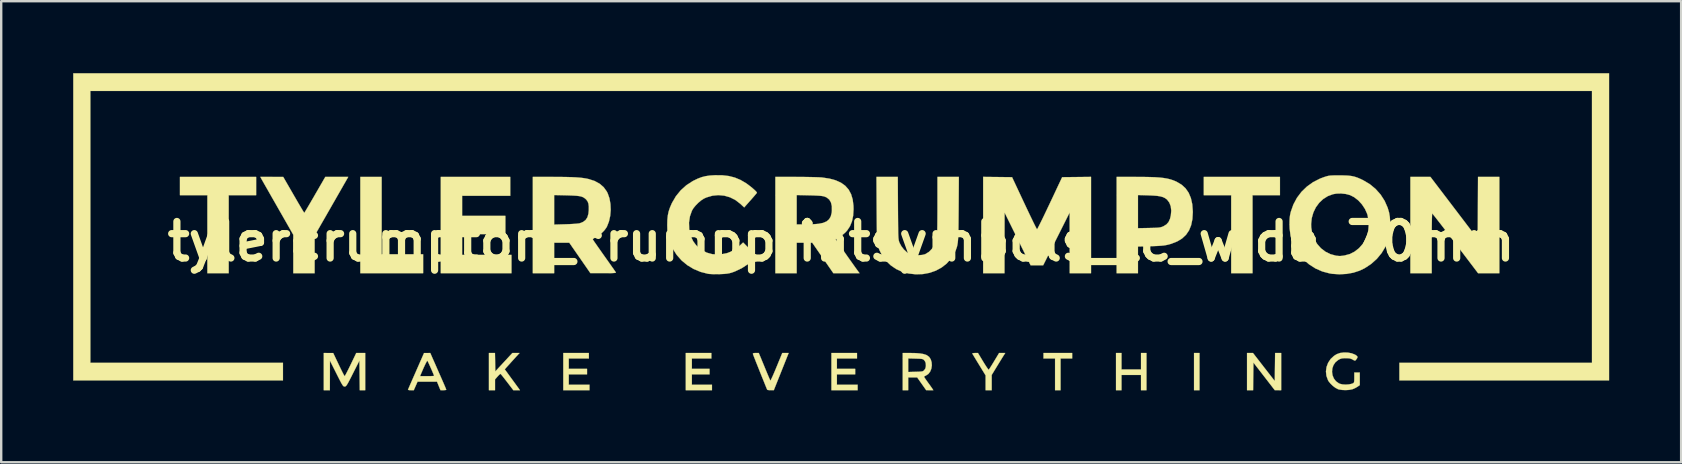
<source format=kicad_pcb>
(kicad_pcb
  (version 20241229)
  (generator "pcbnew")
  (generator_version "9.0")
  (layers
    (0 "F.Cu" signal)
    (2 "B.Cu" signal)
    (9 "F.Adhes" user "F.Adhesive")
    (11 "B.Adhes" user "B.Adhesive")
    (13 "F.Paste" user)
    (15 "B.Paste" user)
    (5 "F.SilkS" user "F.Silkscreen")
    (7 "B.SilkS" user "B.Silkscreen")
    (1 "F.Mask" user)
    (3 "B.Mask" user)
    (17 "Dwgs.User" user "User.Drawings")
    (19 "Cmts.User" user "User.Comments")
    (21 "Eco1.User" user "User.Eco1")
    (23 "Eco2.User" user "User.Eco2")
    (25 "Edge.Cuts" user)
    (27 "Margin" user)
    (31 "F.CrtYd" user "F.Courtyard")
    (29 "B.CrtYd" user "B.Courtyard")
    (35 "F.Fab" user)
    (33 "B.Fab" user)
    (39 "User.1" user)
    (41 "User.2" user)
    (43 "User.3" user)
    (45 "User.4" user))
  (footprint "tylercrumpton_crumpprintsymbols_tc_wide_70mm"
    (layer "F.Cu")
    (at 32.009 7.015)
    (property "Reference" "tylercrumpton_crumpprintsymbols_tc_wide_70mm" (at 0 0 0) (layer "F.SilkS") (effects (font (size 1.524 1.524) (thickness 0.3))))
    (attr through_hole)
    (fp_poly (pts (xy 14.935 6.198) (xy 14.707 6.198) (xy 14.707 4.648) (xy 14.935 4.648) (xy 14.935 6.198)) (stroke (width 0.01) (type solid)) (fill yes) (layer "F.SilkS"))
    (fp_poly (pts (xy -19.152 0.533) (xy -17.424 0.533) (xy -17.424 1.321) (xy -20.041 1.321) (xy -20.041 -2.692) (xy -19.152 -2.692) (xy -19.152 0.533)) (stroke (width 0.01) (type solid)) (fill yes) (layer "F.SilkS"))
    (fp_poly (pts (xy -24.384 -1.93) (xy -25.527 -1.93) (xy -25.527 1.321) (xy -26.416 1.321) (xy -26.416 -1.93) (xy -27.559 -1.93) (xy -27.559 -2.692) (xy -24.384 -2.692) (xy -24.384 -1.93)) (stroke (width 0.01) (type solid)) (fill yes) (layer "F.SilkS"))
    (fp_poly (pts (xy 9.627 4.877) (xy 9.144 4.877) (xy 9.144 6.198) (xy 8.915 6.198) (xy 8.915 4.877) (xy 8.433 4.877) (xy 8.433 4.648) (xy 9.627 4.648) (xy 9.627 4.877)) (stroke (width 0.01) (type solid)) (fill yes) (layer "F.SilkS"))
    (fp_poly (pts (xy 18.288 -1.93) (xy 17.145 -1.93) (xy 17.145 1.321) (xy 16.256 1.321) (xy 16.256 -1.93) (xy 15.113 -1.93) (xy 15.113 -2.692) (xy 18.288 -2.692) (xy 18.288 -1.93)) (stroke (width 0.01) (type solid)) (fill yes) (layer "F.SilkS"))
    (fp_poly (pts (xy -13.792 -1.905) (xy -15.799 -1.905) (xy -15.799 -1.067) (xy -13.995 -1.067) (xy -13.995 -0.305) (xy -15.799 -0.305) (xy -15.799 0.559) (xy -13.741 0.559) (xy -13.741 1.321) (xy -16.688 1.321) (xy -16.688 -2.692) (xy -13.792 -2.692) (xy -13.792 -1.905)) (stroke (width 0.01) (type solid)) (fill yes) (layer "F.SilkS"))
    (fp_poly (pts (xy -10.516 4.877) (xy -11.354 4.877) (xy -11.354 5.309) (xy -10.592 5.309) (xy -10.592 5.537) (xy -11.354 5.537) (xy -11.354 5.969) (xy -10.49 5.969) (xy -10.49 6.198) (xy -11.582 6.198) (xy -11.582 4.648) (xy -10.516 4.648) (xy -10.516 4.877)) (stroke (width 0.01) (type solid)) (fill yes) (layer "F.SilkS"))
    (fp_poly (pts (xy -5.41 4.877) (xy -6.223 4.877) (xy -6.223 5.309) (xy -5.486 5.309) (xy -5.486 5.537) (xy -6.223 5.537) (xy -6.223 5.969) (xy -5.385 5.969) (xy -5.385 6.198) (xy -6.477 6.198) (xy -6.477 4.648) (xy -5.41 4.648) (xy -5.41 4.877)) (stroke (width 0.01) (type solid)) (fill yes) (layer "F.SilkS"))
    (fp_poly (pts (xy 0.66 4.877) (xy -0.178 4.877) (xy -0.178 5.309) (xy 0.584 5.309) (xy 0.584 5.537) (xy -0.178 5.537) (xy -0.178 5.969) (xy 0.686 5.969) (xy 0.686 6.198) (xy -0.406 6.198) (xy -0.406 4.648) (xy 0.66 4.648) (xy 0.66 4.877)) (stroke (width 0.01) (type solid)) (fill yes) (layer "F.SilkS"))
    (fp_poly (pts (xy 11.684 5.334) (xy 12.497 5.334) (xy 12.497 4.648) (xy 12.725 4.648) (xy 12.725 6.198) (xy 12.497 6.198) (xy 12.497 5.563) (xy 11.684 5.563) (xy 11.684 6.198) (xy 11.455 6.198) (xy 11.455 4.648) (xy 11.684 4.648) (xy 11.684 5.334)) (stroke (width 0.01) (type solid)) (fill yes) (layer "F.SilkS"))
    (fp_poly (pts (xy 32.004 5.791) (xy 23.266 5.791) (xy 23.266 5.055) (xy 31.293 5.055) (xy 31.293 -6.274) (xy -31.293 -6.274) (xy -31.293 5.055) (xy -23.266 5.055) (xy -23.266 5.791) (xy -32.004 5.791) (xy -32.004 -7.01) (xy 32.004 -7.01) (xy 32.004 5.791)) (stroke (width 0.01) (type solid)) (fill yes) (layer "F.SilkS"))
    (fp_poly (pts (xy 17.618 5.233) (xy 18.072 5.817) (xy 18.086 4.648) (xy 18.339 4.648) (xy 18.339 6.198) (xy 18.205 6.197) (xy 18.072 6.197) (xy 17.183 5.047) (xy 17.176 5.622) (xy 17.169 6.198) (xy 16.916 6.198) (xy 16.916 4.648) (xy 17.164 4.648) (xy 17.618 5.233)) (stroke (width 0.01) (type solid)) (fill yes) (layer "F.SilkS"))
    (fp_poly (pts (xy -14.422 5.031) (xy -14.415 5.415) (xy -14.059 5.031) (xy -13.704 4.648) (xy -13.406 4.648) (xy -13.593 4.853) (xy -13.686 4.955) (xy -13.781 5.06) (xy -13.865 5.153) (xy -13.9 5.192) (xy -14.021 5.328) (xy -13.704 5.763) (xy -13.387 6.198) (xy -13.664 6.198) (xy -13.921 5.861) (xy -14.008 5.749) (xy -14.084 5.651) (xy -14.145 5.576) (xy -14.185 5.529) (xy -14.198 5.517) (xy -14.224 5.531) (xy -14.271 5.574) (xy -14.322 5.629) (xy -14.427 5.748) (xy -14.427 6.198) (xy -14.681 6.198) (xy -14.681 4.648) (xy -14.429 4.648) (xy -14.422 5.031)) (stroke (width 0.01) (type solid)) (fill yes) (layer "F.SilkS"))
    (fp_poly (pts (xy 10.414 1.321) (xy 9.525 1.321) (xy 9.524 0.057) (xy 9.522 -1.206) (xy 8.42 0.991) (xy 7.896 0.991) (xy 6.811 -1.206) (xy 6.807 1.321) (xy 5.918 1.321) (xy 5.918 -2.693) (xy 6.521 -2.687) (xy 7.123 -2.68) (xy 7.632 -1.595) (xy 7.735 -1.376) (xy 7.832 -1.172) (xy 7.921 -0.987) (xy 7.999 -0.825) (xy 8.064 -0.692) (xy 8.115 -0.592) (xy 8.149 -0.529) (xy 8.163 -0.507) (xy 8.178 -0.529) (xy 8.212 -0.592) (xy 8.263 -0.693) (xy 8.33 -0.826) (xy 8.409 -0.987) (xy 8.498 -1.172) (xy 8.595 -1.376) (xy 8.698 -1.592) (xy 9.21 -2.68) (xy 10.414 -2.693) (xy 10.414 1.321)) (stroke (width 0.01) (type solid)) (fill yes) (layer "F.SilkS"))
    (fp_poly (pts (xy 27.432 -2.692) (xy 27.432 1.321) (xy 26.545 1.321) (xy 25.6 0.076) (xy 25.432 -0.144) (xy 25.273 -0.352) (xy 25.126 -0.544) (xy 24.993 -0.717) (xy 24.876 -0.867) (xy 24.78 -0.99) (xy 24.705 -1.084) (xy 24.656 -1.144) (xy 24.634 -1.168) (xy 24.634 -1.168) (xy 24.629 -1.144) (xy 24.626 -1.073) (xy 24.622 -0.962) (xy 24.619 -0.814) (xy 24.616 -0.635) (xy 24.614 -0.429) (xy 24.613 -0.202) (xy 24.613 0.043) (xy 24.613 0.076) (xy 24.613 1.321) (xy 23.724 1.321) (xy 23.724 -2.692) (xy 24.56 -2.692) (xy 25.545 -1.399) (xy 26.53 -0.105) (xy 26.537 -1.399) (xy 26.543 -2.692) (xy 26.988 -2.692) (xy 27.432 -2.692)) (stroke (width 0.01) (type solid)) (fill yes) (layer "F.SilkS"))
    (fp_poly (pts (xy 6.799 4.709) (xy 6.773 4.75) (xy 6.725 4.826) (xy 6.662 4.929) (xy 6.587 5.05) (xy 6.516 5.166) (xy 6.274 5.563) (xy 6.274 6.198) (xy 6.02 6.198) (xy 6.02 5.582) (xy 5.747 5.135) (xy 5.664 5) (xy 5.591 4.879) (xy 5.531 4.78) (xy 5.488 4.708) (xy 5.467 4.672) (xy 5.465 4.669) (xy 5.483 4.657) (xy 5.537 4.65) (xy 5.58 4.648) (xy 5.702 4.648) (xy 5.916 5.003) (xy 5.989 5.121) (xy 6.053 5.221) (xy 6.105 5.295) (xy 6.139 5.338) (xy 6.15 5.345) (xy 6.169 5.32) (xy 6.21 5.259) (xy 6.266 5.17) (xy 6.334 5.06) (xy 6.376 4.99) (xy 6.582 4.648) (xy 6.838 4.648) (xy 6.799 4.709)) (stroke (width 0.01) (type solid)) (fill yes) (layer "F.SilkS"))
    (fp_poly (pts (xy -23.731 -2.692) (xy -23.254 -2.691) (xy -22.822 -1.942) (xy -22.72 -1.766) (xy -22.626 -1.604) (xy -22.542 -1.462) (xy -22.473 -1.345) (xy -22.42 -1.259) (xy -22.387 -1.207) (xy -22.378 -1.195) (xy -22.362 -1.216) (xy -22.325 -1.276) (xy -22.268 -1.371) (xy -22.195 -1.494) (xy -22.109 -1.641) (xy -22.012 -1.807) (xy -21.933 -1.944) (xy -21.501 -2.692) (xy -20.545 -2.692) (xy -20.628 -2.546) (xy -20.657 -2.495) (xy -20.709 -2.405) (xy -20.78 -2.28) (xy -20.868 -2.127) (xy -20.97 -1.949) (xy -21.082 -1.753) (xy -21.203 -1.542) (xy -21.328 -1.323) (xy -21.946 -0.246) (xy -21.946 1.321) (xy -22.835 1.321) (xy -22.835 -0.28) (xy -23.491 -1.429) (xy -23.618 -1.652) (xy -23.739 -1.862) (xy -23.849 -2.057) (xy -23.948 -2.23) (xy -24.033 -2.378) (xy -24.1 -2.497) (xy -24.148 -2.582) (xy -24.174 -2.629) (xy -24.178 -2.635) (xy -24.208 -2.692) (xy -23.731 -2.692)) (stroke (width 0.01) (type solid)) (fill yes) (layer "F.SilkS"))
    (fp_poly (pts (xy -19.837 6.198) (xy -20.065 6.198) (xy -20.072 5.582) (xy -20.079 4.966) (xy -20.352 5.505) (xy -20.438 5.676) (xy -20.506 5.806) (xy -20.557 5.902) (xy -20.597 5.968) (xy -20.627 6.01) (xy -20.652 6.033) (xy -20.674 6.043) (xy -20.695 6.045) (xy -20.718 6.043) (xy -20.741 6.032) (xy -20.766 6.007) (xy -20.797 5.962) (xy -20.837 5.894) (xy -20.889 5.795) (xy -20.958 5.66) (xy -21.036 5.505) (xy -21.308 4.966) (xy -21.309 5.582) (xy -21.311 6.198) (xy -21.565 6.198) (xy -21.565 4.648) (xy -21.368 4.649) (xy -21.171 4.649) (xy -20.942 5.131) (xy -20.873 5.274) (xy -20.811 5.401) (xy -20.759 5.503) (xy -20.72 5.576) (xy -20.698 5.611) (xy -20.695 5.613) (xy -20.678 5.591) (xy -20.644 5.53) (xy -20.595 5.437) (xy -20.535 5.318) (xy -20.466 5.179) (xy -20.443 5.131) (xy -20.211 4.648) (xy -19.837 4.648) (xy -19.837 6.198)) (stroke (width 0.01) (type solid)) (fill yes) (layer "F.SilkS"))
    (fp_poly (pts (xy -3.357 4.832) (xy -3.32 4.922) (xy -3.269 5.045) (xy -3.21 5.188) (xy -3.149 5.337) (xy -3.124 5.397) (xy -3.07 5.527) (xy -3.022 5.64) (xy -2.984 5.728) (xy -2.958 5.783) (xy -2.951 5.796) (xy -2.937 5.779) (xy -2.907 5.72) (xy -2.863 5.627) (xy -2.809 5.505) (xy -2.747 5.359) (xy -2.694 5.231) (xy -2.455 4.648) (xy -2.189 4.648) (xy -2.498 5.423) (xy -2.807 6.197) (xy -2.939 6.197) (xy -3.015 6.194) (xy -3.068 6.186) (xy -3.082 6.179) (xy -3.095 6.15) (xy -3.124 6.081) (xy -3.166 5.978) (xy -3.217 5.85) (xy -3.277 5.703) (xy -3.341 5.544) (xy -3.406 5.381) (xy -3.47 5.219) (xy -3.531 5.068) (xy -3.584 4.932) (xy -3.628 4.821) (xy -3.659 4.74) (xy -3.675 4.696) (xy -3.677 4.693) (xy -3.677 4.666) (xy -3.652 4.653) (xy -3.59 4.648) (xy -3.561 4.648) (xy -3.434 4.648) (xy -3.357 4.832)) (stroke (width 0.01) (type solid)) (fill yes) (layer "F.SilkS"))
    (fp_poly (pts (xy 3.108 4.652) (xy 3.282 4.666) (xy 3.421 4.689) (xy 3.533 4.723) (xy 3.57 4.74) (xy 3.667 4.811) (xy 3.733 4.913) (xy 3.77 5.035) (xy 3.779 5.167) (xy 3.759 5.299) (xy 3.711 5.419) (xy 3.636 5.519) (xy 3.533 5.587) (xy 3.531 5.588) (xy 3.479 5.614) (xy 3.455 5.636) (xy 3.454 5.637) (xy 3.469 5.664) (xy 3.507 5.722) (xy 3.562 5.801) (xy 3.603 5.859) (xy 3.673 5.954) (xy 3.735 6.041) (xy 3.782 6.108) (xy 3.797 6.13) (xy 3.841 6.198) (xy 3.543 6.197) (xy 3.355 5.93) (xy 3.167 5.664) (xy 2.794 5.664) (xy 2.794 6.198) (xy 2.565 6.198) (xy 2.565 5.44) (xy 2.794 5.44) (xy 3.101 5.431) (xy 3.231 5.427) (xy 3.32 5.422) (xy 3.378 5.414) (xy 3.417 5.4) (xy 3.445 5.379) (xy 3.469 5.352) (xy 3.512 5.285) (xy 3.529 5.203) (xy 3.531 5.156) (xy 3.522 5.06) (xy 3.491 4.989) (xy 3.469 4.961) (xy 3.442 4.931) (xy 3.413 4.91) (xy 3.372 4.897) (xy 3.311 4.889) (xy 3.217 4.885) (xy 3.101 4.881) (xy 2.794 4.873) (xy 2.794 5.44) (xy 2.565 5.44) (xy 2.565 4.648) (xy 2.892 4.648) (xy 3.108 4.652)) (stroke (width 0.01) (type solid)) (fill yes) (layer "F.SilkS"))
    (fp_poly (pts (xy -17.017 4.896) (xy -16.972 4.997) (xy -16.912 5.132) (xy -16.843 5.291) (xy -16.768 5.461) (xy -16.693 5.63) (xy -16.684 5.651) (xy -16.618 5.801) (xy -16.56 5.934) (xy -16.512 6.045) (xy -16.478 6.127) (xy -16.461 6.172) (xy -16.459 6.178) (xy -16.482 6.19) (xy -16.54 6.196) (xy -16.58 6.198) (xy -16.701 6.197) (xy -16.846 5.842) (xy -17.656 5.842) (xy -17.734 6.02) (xy -17.813 6.198) (xy -17.938 6.198) (xy -18.008 6.194) (xy -18.05 6.184) (xy -18.055 6.176) (xy -18.043 6.149) (xy -18.013 6.08) (xy -17.968 5.976) (xy -17.91 5.843) (xy -17.841 5.686) (xy -17.809 5.613) (xy -17.552 5.613) (xy -17.26 5.613) (xy -17.145 5.612) (xy -17.051 5.609) (xy -16.988 5.605) (xy -16.967 5.599) (xy -16.977 5.569) (xy -17.003 5.504) (xy -17.041 5.414) (xy -17.086 5.311) (xy -17.133 5.205) (xy -17.177 5.108) (xy -17.214 5.029) (xy -17.238 4.981) (xy -17.244 4.971) (xy -17.262 4.985) (xy -17.296 5.042) (xy -17.345 5.14) (xy -17.407 5.273) (xy -17.479 5.44) (xy -17.518 5.531) (xy -17.552 5.613) (xy -17.809 5.613) (xy -17.764 5.511) (xy -17.716 5.402) (xy -17.386 4.649) (xy -17.256 4.649) (xy -17.125 4.648) (xy -17.017 4.896)) (stroke (width 0.01) (type solid)) (fill yes) (layer "F.SilkS"))
    (fp_poly (pts (xy 12.275 -2.692) (xy 12.586 -2.691) (xy 12.853 -2.686) (xy 13.081 -2.678) (xy 13.275 -2.665) (xy 13.441 -2.646) (xy 13.586 -2.622) (xy 13.714 -2.591) (xy 13.831 -2.553) (xy 13.944 -2.507) (xy 13.986 -2.487) (xy 14.189 -2.366) (xy 14.355 -2.214) (xy 14.484 -2.028) (xy 14.576 -1.808) (xy 14.633 -1.554) (xy 14.655 -1.263) (xy 14.656 -1.22) (xy 14.639 -0.932) (xy 14.587 -0.68) (xy 14.499 -0.463) (xy 14.374 -0.279) (xy 14.21 -0.126) (xy 14.005 -0.002) (xy 13.759 0.095) (xy 13.638 0.129) (xy 13.548 0.149) (xy 13.452 0.165) (xy 13.341 0.176) (xy 13.205 0.185) (xy 13.035 0.192) (xy 12.897 0.196) (xy 12.37 0.21) (xy 12.37 1.321) (xy 11.481 1.321) (xy 11.481 -0.554) (xy 12.37 -0.554) (xy 12.833 -0.563) (xy 13 -0.567) (xy 13.124 -0.571) (xy 13.216 -0.577) (xy 13.285 -0.586) (xy 13.34 -0.599) (xy 13.391 -0.617) (xy 13.44 -0.639) (xy 13.558 -0.713) (xy 13.645 -0.812) (xy 13.706 -0.946) (xy 13.741 -1.09) (xy 13.758 -1.287) (xy 13.737 -1.466) (xy 13.678 -1.62) (xy 13.585 -1.743) (xy 13.564 -1.761) (xy 13.492 -1.812) (xy 13.407 -1.852) (xy 13.301 -1.881) (xy 13.168 -1.902) (xy 12.999 -1.915) (xy 12.795 -1.924) (xy 12.37 -1.936) (xy 12.37 -0.554) (xy 11.481 -0.554) (xy 11.481 -2.692) (xy 12.275 -2.692)) (stroke (width 0.01) (type solid)) (fill yes) (layer "F.SilkS"))
    (fp_poly (pts (xy 21.121 4.631) (xy 21.281 4.662) (xy 21.418 4.716) (xy 21.474 4.753) (xy 21.513 4.79) (xy 21.521 4.827) (xy 21.497 4.877) (xy 21.454 4.935) (xy 21.429 4.961) (xy 21.401 4.964) (xy 21.354 4.942) (xy 21.32 4.922) (xy 21.252 4.889) (xy 21.178 4.871) (xy 21.079 4.865) (xy 21.031 4.864) (xy 20.922 4.867) (xy 20.844 4.879) (xy 20.775 4.905) (xy 20.721 4.935) (xy 20.602 5.031) (xy 20.519 5.152) (xy 20.472 5.289) (xy 20.459 5.434) (xy 20.48 5.578) (xy 20.535 5.711) (xy 20.622 5.825) (xy 20.742 5.911) (xy 20.79 5.932) (xy 20.897 5.957) (xy 21.029 5.965) (xy 21.164 5.956) (xy 21.28 5.931) (xy 21.317 5.917) (xy 21.351 5.899) (xy 21.372 5.875) (xy 21.382 5.834) (xy 21.386 5.765) (xy 21.387 5.673) (xy 21.387 5.461) (xy 21.615 5.461) (xy 21.615 5.987) (xy 21.516 6.056) (xy 21.427 6.107) (xy 21.325 6.152) (xy 21.296 6.161) (xy 21.173 6.185) (xy 21.026 6.194) (xy 20.878 6.188) (xy 20.749 6.168) (xy 20.708 6.156) (xy 20.606 6.103) (xy 20.496 6.021) (xy 20.393 5.922) (xy 20.313 5.822) (xy 20.292 5.785) (xy 20.225 5.602) (xy 20.205 5.415) (xy 20.23 5.23) (xy 20.296 5.055) (xy 20.401 4.897) (xy 20.543 4.766) (xy 20.655 4.696) (xy 20.793 4.647) (xy 20.954 4.626) (xy 21.121 4.631)) (stroke (width 0.01) (type solid)) (fill yes) (layer "F.SilkS"))
    (fp_poly (pts (xy -1.886 -2.692) (xy -1.669 -2.691) (xy -1.458 -2.689) (xy -1.259 -2.685) (xy -1.083 -2.681) (xy -0.936 -2.676) (xy -0.827 -2.67) (xy -0.787 -2.666) (xy -0.484 -2.62) (xy -0.224 -2.548) (xy -0.006 -2.449) (xy 0.172 -2.321) (xy 0.311 -2.163) (xy 0.413 -1.973) (xy 0.48 -1.75) (xy 0.512 -1.492) (xy 0.516 -1.346) (xy 0.499 -1.075) (xy 0.451 -0.841) (xy 0.368 -0.637) (xy 0.251 -0.46) (xy 0.167 -0.369) (xy 0.078 -0.293) (xy -0.021 -0.222) (xy -0.097 -0.18) (xy -0.168 -0.143) (xy -0.216 -0.111) (xy -0.229 -0.096) (xy -0.215 -0.072) (xy -0.175 -0.012) (xy -0.115 0.077) (xy -0.037 0.19) (xy 0.053 0.321) (xy 0.153 0.463) (xy 0.256 0.612) (xy 0.361 0.76) (xy 0.462 0.902) (xy 0.555 1.033) (xy 0.636 1.146) (xy 0.701 1.235) (xy 0.703 1.238) (xy 0.765 1.321) (xy -0.326 1.321) (xy -1.205 0.051) (xy -1.854 0.051) (xy -1.854 1.321) (xy -2.743 1.321) (xy -2.743 -0.711) (xy -1.854 -0.711) (xy -1.492 -0.712) (xy -1.342 -0.714) (xy -1.19 -0.719) (xy -1.055 -0.727) (xy -0.952 -0.736) (xy -0.942 -0.737) (xy -0.754 -0.775) (xy -0.609 -0.836) (xy -0.504 -0.925) (xy -0.434 -1.044) (xy -0.395 -1.198) (xy -0.387 -1.279) (xy -0.389 -1.471) (xy -0.425 -1.625) (xy -0.494 -1.744) (xy -0.598 -1.83) (xy -0.68 -1.868) (xy -0.735 -1.884) (xy -0.806 -1.897) (xy -0.901 -1.907) (xy -1.027 -1.914) (xy -1.191 -1.921) (xy -1.327 -1.924) (xy -1.854 -1.936) (xy -1.854 -0.711) (xy -2.743 -0.711) (xy -2.743 -2.692) (xy -1.886 -2.692)) (stroke (width 0.01) (type solid)) (fill yes) (layer "F.SilkS"))
    (fp_poly (pts (xy 2.367 -1.391) (xy 2.369 -1.1) (xy 2.371 -0.856) (xy 2.373 -0.653) (xy 2.375 -0.488) (xy 2.377 -0.355) (xy 2.381 -0.25) (xy 2.385 -0.169) (xy 2.391 -0.107) (xy 2.398 -0.058) (xy 2.406 -0.02) (xy 2.417 0.013) (xy 2.429 0.046) (xy 2.433 0.056) (xy 2.511 0.201) (xy 2.618 0.338) (xy 2.741 0.45) (xy 2.838 0.51) (xy 2.948 0.546) (xy 3.088 0.567) (xy 3.238 0.571) (xy 3.38 0.56) (xy 3.496 0.531) (xy 3.512 0.524) (xy 3.66 0.432) (xy 3.79 0.298) (xy 3.895 0.133) (xy 3.968 -0.055) (xy 3.985 -0.122) (xy 3.993 -0.188) (xy 3.999 -0.304) (xy 4.005 -0.47) (xy 4.009 -0.685) (xy 4.011 -0.95) (xy 4.013 -1.263) (xy 4.013 -1.474) (xy 4.013 -2.692) (xy 4.905 -2.692) (xy 4.896 -1.353) (xy 4.893 -1.039) (xy 4.891 -0.772) (xy 4.888 -0.547) (xy 4.884 -0.358) (xy 4.878 -0.2) (xy 4.87 -0.07) (xy 4.86 0.038) (xy 4.846 0.128) (xy 4.83 0.205) (xy 4.809 0.274) (xy 4.784 0.34) (xy 4.754 0.407) (xy 4.718 0.48) (xy 4.709 0.498) (xy 4.57 0.726) (xy 4.393 0.923) (xy 4.183 1.086) (xy 3.946 1.215) (xy 3.686 1.306) (xy 3.408 1.358) (xy 3.115 1.368) (xy 2.813 1.335) (xy 2.807 1.334) (xy 2.539 1.261) (xy 2.29 1.147) (xy 2.066 0.994) (xy 1.873 0.809) (xy 1.717 0.595) (xy 1.663 0.495) (xy 1.626 0.421) (xy 1.595 0.354) (xy 1.569 0.29) (xy 1.548 0.225) (xy 1.53 0.154) (xy 1.516 0.072) (xy 1.506 -0.026) (xy 1.498 -0.145) (xy 1.492 -0.288) (xy 1.487 -0.462) (xy 1.484 -0.67) (xy 1.482 -0.918) (xy 1.48 -1.209) (xy 1.479 -1.34) (xy 1.471 -2.692) (xy 2.36 -2.692) (xy 2.367 -1.391)) (stroke (width 0.01) (type solid)) (fill yes) (layer "F.SilkS"))
    (fp_poly (pts (xy -12.008 -2.692) (xy -11.704 -2.691) (xy -11.444 -2.687) (xy -11.224 -2.681) (xy -11.038 -2.672) (xy -10.878 -2.659) (xy -10.741 -2.643) (xy -10.619 -2.623) (xy -10.516 -2.6) (xy -10.27 -2.519) (xy -10.064 -2.406) (xy -9.897 -2.261) (xy -9.769 -2.084) (xy -9.733 -2.013) (xy -9.658 -1.8) (xy -9.616 -1.563) (xy -9.605 -1.315) (xy -9.626 -1.069) (xy -9.678 -0.836) (xy -9.759 -0.628) (xy -9.788 -0.575) (xy -9.875 -0.458) (xy -9.993 -0.34) (xy -10.124 -0.238) (xy -10.237 -0.173) (xy -10.304 -0.136) (xy -10.345 -0.103) (xy -10.352 -0.088) (xy -10.336 -0.061) (xy -10.294 0.002) (xy -10.229 0.095) (xy -10.146 0.215) (xy -10.047 0.355) (xy -9.938 0.511) (xy -9.876 0.598) (xy -9.761 0.76) (xy -9.655 0.91) (xy -9.562 1.042) (xy -9.485 1.151) (xy -9.429 1.232) (xy -9.396 1.279) (xy -9.389 1.289) (xy -9.393 1.3) (xy -9.421 1.308) (xy -9.48 1.314) (xy -9.574 1.318) (xy -9.708 1.32) (xy -9.888 1.32) (xy -9.911 1.32) (xy -10.452 1.32) (xy -10.892 0.685) (xy -11.332 0.051) (xy -11.963 0.051) (xy -11.963 1.321) (xy -12.852 1.321) (xy -12.852 -0.704) (xy -11.963 -0.704) (xy -11.474 -0.718) (xy -11.315 -0.724) (xy -11.168 -0.732) (xy -11.042 -0.741) (xy -10.947 -0.751) (xy -10.894 -0.76) (xy -10.751 -0.819) (xy -10.646 -0.901) (xy -10.575 -1.012) (xy -10.534 -1.159) (xy -10.52 -1.297) (xy -10.519 -1.457) (xy -10.534 -1.578) (xy -10.57 -1.672) (xy -10.628 -1.749) (xy -10.656 -1.775) (xy -10.709 -1.817) (xy -10.767 -1.85) (xy -10.836 -1.875) (xy -10.923 -1.893) (xy -11.037 -1.906) (xy -11.185 -1.915) (xy -11.373 -1.922) (xy -11.449 -1.924) (xy -11.963 -1.936) (xy -11.963 -0.704) (xy -12.852 -0.704) (xy -12.852 -2.692) (xy -12.008 -2.692)) (stroke (width 0.01) (type solid)) (fill yes) (layer "F.SilkS"))
    (fp_poly (pts (xy -4.952 -2.76) (xy -4.681 -2.728) (xy -4.432 -2.664) (xy -4.197 -2.566) (xy -3.979 -2.439) (xy -3.885 -2.373) (xy -3.787 -2.298) (xy -3.692 -2.221) (xy -3.61 -2.148) (xy -3.548 -2.087) (xy -3.514 -2.044) (xy -3.511 -2.031) (xy -3.529 -2.006) (xy -3.576 -1.95) (xy -3.644 -1.87) (xy -3.728 -1.774) (xy -3.78 -1.715) (xy -4.042 -1.42) (xy -4.205 -1.572) (xy -4.408 -1.728) (xy -4.632 -1.841) (xy -4.87 -1.91) (xy -5.117 -1.933) (xy -5.365 -1.909) (xy -5.609 -1.838) (xy -5.721 -1.788) (xy -5.833 -1.716) (xy -5.953 -1.615) (xy -6.067 -1.499) (xy -6.162 -1.382) (xy -6.22 -1.284) (xy -6.304 -1.046) (xy -6.342 -0.791) (xy -6.334 -0.529) (xy -6.312 -0.398) (xy -6.253 -0.187) (xy -6.168 -0.01) (xy -6.05 0.148) (xy -5.997 0.205) (xy -5.809 0.358) (xy -5.599 0.466) (xy -5.37 0.529) (xy -5.124 0.544) (xy -4.993 0.533) (xy -4.754 0.485) (xy -4.545 0.403) (xy -4.353 0.281) (xy -4.221 0.168) (xy -4.087 0.041) (xy -3.803 0.325) (xy -3.519 0.609) (xy -3.633 0.725) (xy -3.869 0.933) (xy -4.138 1.11) (xy -4.427 1.248) (xy -4.559 1.296) (xy -4.655 1.322) (xy -4.756 1.34) (xy -4.876 1.352) (xy -5.029 1.359) (xy -5.08 1.361) (xy -5.22 1.362) (xy -5.354 1.36) (xy -5.467 1.355) (xy -5.545 1.347) (xy -5.55 1.346) (xy -5.86 1.267) (xy -6.151 1.145) (xy -6.417 0.984) (xy -6.654 0.787) (xy -6.856 0.557) (xy -7.021 0.299) (xy -7.062 0.216) (xy -7.138 0.039) (xy -7.192 -0.124) (xy -7.226 -0.288) (xy -7.244 -0.471) (xy -7.249 -0.686) (xy -7.244 -0.9) (xy -7.226 -1.08) (xy -7.193 -1.243) (xy -7.14 -1.403) (xy -7.065 -1.578) (xy -7.048 -1.613) (xy -6.888 -1.887) (xy -6.688 -2.132) (xy -6.453 -2.344) (xy -6.187 -2.517) (xy -6.152 -2.535) (xy -5.974 -2.621) (xy -5.812 -2.682) (xy -5.65 -2.723) (xy -5.472 -2.749) (xy -5.26 -2.762) (xy -5.256 -2.762) (xy -4.952 -2.76)) (stroke (width 0.01) (type solid)) (fill yes) (layer "F.SilkS"))
    (fp_poly (pts (xy 20.969 -2.753) (xy 21.135 -2.745) (xy 21.275 -2.728) (xy 21.401 -2.7) (xy 21.526 -2.658) (xy 21.66 -2.6) (xy 21.755 -2.554) (xy 22.031 -2.391) (xy 22.274 -2.19) (xy 22.482 -1.957) (xy 22.651 -1.694) (xy 22.778 -1.406) (xy 22.837 -1.205) (xy 22.867 -1.026) (xy 22.882 -0.819) (xy 22.882 -0.602) (xy 22.867 -0.39) (xy 22.838 -0.199) (xy 22.81 -0.089) (xy 22.689 0.208) (xy 22.526 0.481) (xy 22.324 0.726) (xy 22.086 0.938) (xy 21.818 1.114) (xy 21.607 1.216) (xy 21.348 1.3) (xy 21.063 1.351) (xy 20.766 1.367) (xy 20.47 1.348) (xy 20.367 1.332) (xy 20.056 1.25) (xy 19.765 1.122) (xy 19.497 0.949) (xy 19.286 0.766) (xy 19.08 0.536) (xy 18.92 0.296) (xy 18.804 0.04) (xy 18.729 -0.238) (xy 18.692 -0.544) (xy 18.687 -0.699) (xy 18.687 -0.725) (xy 19.587 -0.725) (xy 19.592 -0.586) (xy 19.634 -0.332) (xy 19.719 -0.1) (xy 19.841 0.106) (xy 19.997 0.282) (xy 20.183 0.425) (xy 20.394 0.529) (xy 20.627 0.592) (xy 20.765 0.606) (xy 20.815 0.604) (xy 20.898 0.595) (xy 20.98 0.583) (xy 21.198 0.524) (xy 21.401 0.421) (xy 21.583 0.278) (xy 21.739 0.102) (xy 21.861 -0.102) (xy 21.927 -0.267) (xy 21.969 -0.456) (xy 21.986 -0.667) (xy 21.977 -0.881) (xy 21.944 -1.078) (xy 21.923 -1.152) (xy 21.831 -1.357) (xy 21.705 -1.547) (xy 21.553 -1.713) (xy 21.382 -1.846) (xy 21.21 -1.933) (xy 21.036 -1.98) (xy 20.84 -2.001) (xy 20.644 -1.996) (xy 20.498 -1.971) (xy 20.281 -1.89) (xy 20.088 -1.768) (xy 19.921 -1.61) (xy 19.783 -1.421) (xy 19.68 -1.207) (xy 19.613 -0.973) (xy 19.587 -0.725) (xy 18.687 -0.725) (xy 18.688 -0.86) (xy 18.695 -0.987) (xy 18.709 -1.097) (xy 18.732 -1.205) (xy 18.741 -1.24) (xy 18.847 -1.541) (xy 18.996 -1.819) (xy 19.184 -2.069) (xy 19.41 -2.288) (xy 19.668 -2.473) (xy 19.957 -2.62) (xy 20.091 -2.671) (xy 20.182 -2.702) (xy 20.256 -2.724) (xy 20.325 -2.739) (xy 20.401 -2.748) (xy 20.495 -2.753) (xy 20.617 -2.755) (xy 20.765 -2.755) (xy 20.969 -2.753)) (stroke (width 0.01) (type solid)) (fill yes) (layer "F.SilkS")))
  (gr_rect
    (start -3 -3)
    (end 67.018 16.218)
    (stroke (width 0.1) (type default))
    (fill no)
    (layer "Edge.Cuts")))
</source>
